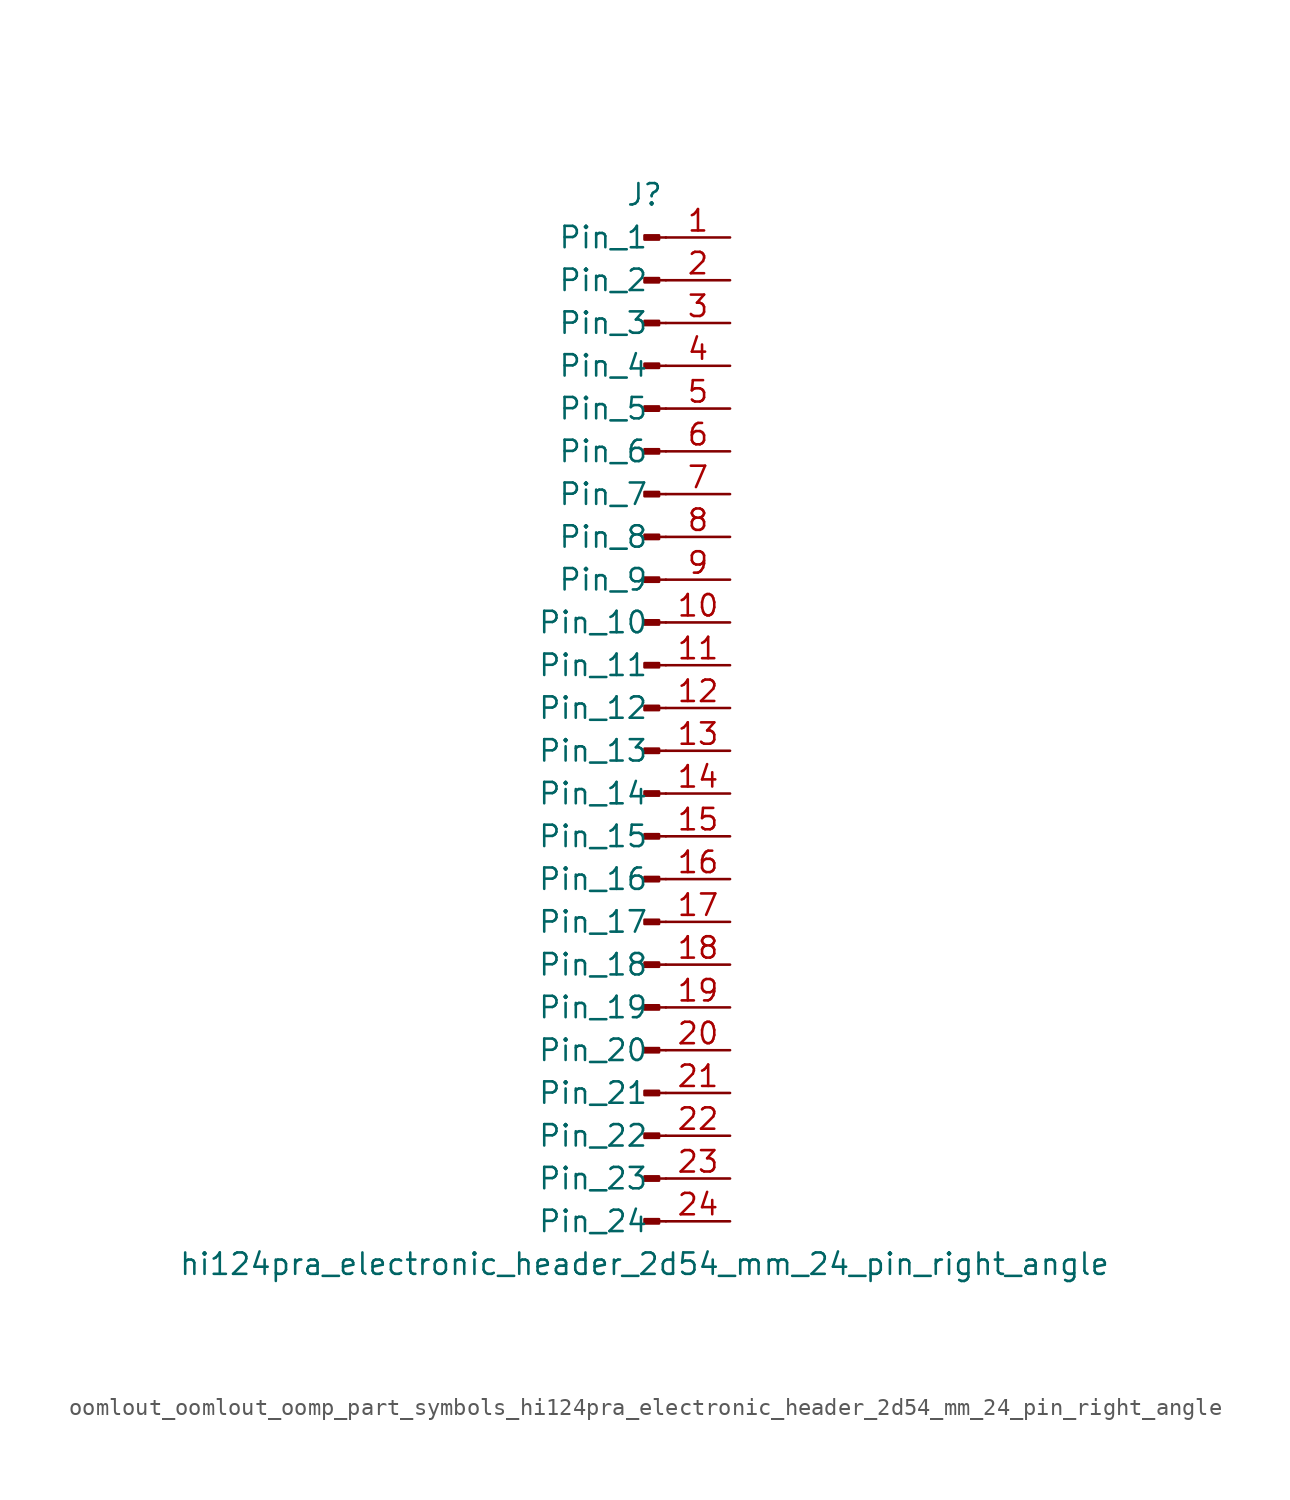
<source format=kicad_sym>
(kicad_symbol_lib
  (version 20220914)
  (generator kicad_symbol_editor)
  (symbol "oomlout_oomlout_oomp_part_symbols_hi124pra_electronic_header_2d54_mm_24_pin_right_angle"
    (pin_names
      (offset 1.016))
    (property "Reference" "J"
      (at 0 30.48 0)
      (effects (font (size 1.27 1.27))))
    (property "Value" "hi124pra_electronic_header_2d54_mm_24_pin_right_angle"
      (at 0 -33.02 0)
      (effects (font (size 1.27 1.27))))
    (property "ki_locked" ""
      (at 0 0 0)
      (effects (font (size 1.27 1.27))))
    (symbol "oomlout_oomlout_oomp_part_symbols_hi124pra_electronic_header_2d54_mm_24_pin_right_angle_1_1"
      (polyline (pts (xy 1.27 -30.48) (xy 0.864 -30.48)) (stroke (width 0.152) (type default)) (fill (type none)))
      (polyline (pts (xy 1.27 -27.94) (xy 0.864 -27.94)) (stroke (width 0.152) (type default)) (fill (type none)))
      (polyline (pts (xy 1.27 -25.4) (xy 0.864 -25.4)) (stroke (width 0.152) (type default)) (fill (type none)))
      (polyline (pts (xy 1.27 -22.86) (xy 0.864 -22.86)) (stroke (width 0.152) (type default)) (fill (type none)))
      (polyline (pts (xy 1.27 -20.32) (xy 0.864 -20.32)) (stroke (width 0.152) (type default)) (fill (type none)))
      (polyline (pts (xy 1.27 -17.78) (xy 0.864 -17.78)) (stroke (width 0.152) (type default)) (fill (type none)))
      (polyline (pts (xy 1.27 -15.24) (xy 0.864 -15.24)) (stroke (width 0.152) (type default)) (fill (type none)))
      (polyline (pts (xy 1.27 -12.7) (xy 0.864 -12.7)) (stroke (width 0.152) (type default)) (fill (type none)))
      (polyline (pts (xy 1.27 -10.16) (xy 0.864 -10.16)) (stroke (width 0.152) (type default)) (fill (type none)))
      (polyline (pts (xy 1.27 -7.62) (xy 0.864 -7.62)) (stroke (width 0.152) (type default)) (fill (type none)))
      (polyline (pts (xy 1.27 -5.08) (xy 0.864 -5.08)) (stroke (width 0.152) (type default)) (fill (type none)))
      (polyline (pts (xy 1.27 -2.54) (xy 0.864 -2.54)) (stroke (width 0.152) (type default)) (fill (type none)))
      (polyline (pts (xy 1.27 0) (xy 0.864 0)) (stroke (width 0.152) (type default)) (fill (type none)))
      (polyline (pts (xy 1.27 2.54) (xy 0.864 2.54)) (stroke (width 0.152) (type default)) (fill (type none)))
      (polyline (pts (xy 1.27 5.08) (xy 0.864 5.08)) (stroke (width 0.152) (type default)) (fill (type none)))
      (polyline (pts (xy 1.27 7.62) (xy 0.864 7.62)) (stroke (width 0.152) (type default)) (fill (type none)))
      (polyline (pts (xy 1.27 10.16) (xy 0.864 10.16)) (stroke (width 0.152) (type default)) (fill (type none)))
      (polyline (pts (xy 1.27 12.7) (xy 0.864 12.7)) (stroke (width 0.152) (type default)) (fill (type none)))
      (polyline (pts (xy 1.27 15.24) (xy 0.864 15.24)) (stroke (width 0.152) (type default)) (fill (type none)))
      (polyline (pts (xy 1.27 17.78) (xy 0.864 17.78)) (stroke (width 0.152) (type default)) (fill (type none)))
      (polyline (pts (xy 1.27 20.32) (xy 0.864 20.32)) (stroke (width 0.152) (type default)) (fill (type none)))
      (polyline (pts (xy 1.27 22.86) (xy 0.864 22.86)) (stroke (width 0.152) (type default)) (fill (type none)))
      (polyline (pts (xy 1.27 25.4) (xy 0.864 25.4)) (stroke (width 0.152) (type default)) (fill (type none)))
      (polyline (pts (xy 1.27 27.94) (xy 0.864 27.94)) (stroke (width 0.152) (type default)) (fill (type none)))
      (rectangle (start 0.864 -30.353) (end 0 -30.607) (stroke (width 0.152) (type default)) (fill (type outline)))
      (rectangle (start 0.864 -27.813) (end 0 -28.067) (stroke (width 0.152) (type default)) (fill (type outline)))
      (rectangle (start 0.864 -25.273) (end 0 -25.527) (stroke (width 0.152) (type default)) (fill (type outline)))
      (rectangle (start 0.864 -22.733) (end 0 -22.987) (stroke (width 0.152) (type default)) (fill (type outline)))
      (rectangle (start 0.864 -20.193) (end 0 -20.447) (stroke (width 0.152) (type default)) (fill (type outline)))
      (rectangle (start 0.864 -17.653) (end 0 -17.907) (stroke (width 0.152) (type default)) (fill (type outline)))
      (rectangle (start 0.864 -15.113) (end 0 -15.367) (stroke (width 0.152) (type default)) (fill (type outline)))
      (rectangle (start 0.864 -12.573) (end 0 -12.827) (stroke (width 0.152) (type default)) (fill (type outline)))
      (rectangle (start 0.864 -10.033) (end 0 -10.287) (stroke (width 0.152) (type default)) (fill (type outline)))
      (rectangle (start 0.864 -7.493) (end 0 -7.747) (stroke (width 0.152) (type default)) (fill (type outline)))
      (rectangle (start 0.864 -4.953) (end 0 -5.207) (stroke (width 0.152) (type default)) (fill (type outline)))
      (rectangle (start 0.864 -2.413) (end 0 -2.667) (stroke (width 0.152) (type default)) (fill (type outline)))
      (rectangle (start 0.864 0.127) (end 0 -0.127) (stroke (width 0.152) (type default)) (fill (type outline)))
      (rectangle (start 0.864 2.667) (end 0 2.413) (stroke (width 0.152) (type default)) (fill (type outline)))
      (rectangle (start 0.864 5.207) (end 0 4.953) (stroke (width 0.152) (type default)) (fill (type outline)))
      (rectangle (start 0.864 7.747) (end 0 7.493) (stroke (width 0.152) (type default)) (fill (type outline)))
      (rectangle (start 0.864 10.287) (end 0 10.033) (stroke (width 0.152) (type default)) (fill (type outline)))
      (rectangle (start 0.864 12.827) (end 0 12.573) (stroke (width 0.152) (type default)) (fill (type outline)))
      (rectangle (start 0.864 15.367) (end 0 15.113) (stroke (width 0.152) (type default)) (fill (type outline)))
      (rectangle (start 0.864 17.907) (end 0 17.653) (stroke (width 0.152) (type default)) (fill (type outline)))
      (rectangle (start 0.864 20.447) (end 0 20.193) (stroke (width 0.152) (type default)) (fill (type outline)))
      (rectangle (start 0.864 22.987) (end 0 22.733) (stroke (width 0.152) (type default)) (fill (type outline)))
      (rectangle (start 0.864 25.527) (end 0 25.273) (stroke (width 0.152) (type default)) (fill (type outline)))
      (rectangle (start 0.864 28.067) (end 0 27.813) (stroke (width 0.152) (type default)) (fill (type outline)))
      (pin passive line (at 5.08 27.94 180) (length 3.81) (name "Pin_1" (effects (font (size 1.27 1.27)))) (number "1" (effects (font (size 1.27 1.27)))))
      (pin passive line (at 5.08 5.08 180) (length 3.81) (name "Pin_10" (effects (font (size 1.27 1.27)))) (number "10" (effects (font (size 1.27 1.27)))))
      (pin passive line (at 5.08 2.54 180) (length 3.81) (name "Pin_11" (effects (font (size 1.27 1.27)))) (number "11" (effects (font (size 1.27 1.27)))))
      (pin passive line (at 5.08 0 180) (length 3.81) (name "Pin_12" (effects (font (size 1.27 1.27)))) (number "12" (effects (font (size 1.27 1.27)))))
      (pin passive line (at 5.08 -2.54 180) (length 3.81) (name "Pin_13" (effects (font (size 1.27 1.27)))) (number "13" (effects (font (size 1.27 1.27)))))
      (pin passive line (at 5.08 -5.08 180) (length 3.81) (name "Pin_14" (effects (font (size 1.27 1.27)))) (number "14" (effects (font (size 1.27 1.27)))))
      (pin passive line (at 5.08 -7.62 180) (length 3.81) (name "Pin_15" (effects (font (size 1.27 1.27)))) (number "15" (effects (font (size 1.27 1.27)))))
      (pin passive line (at 5.08 -10.16 180) (length 3.81) (name "Pin_16" (effects (font (size 1.27 1.27)))) (number "16" (effects (font (size 1.27 1.27)))))
      (pin passive line (at 5.08 -12.7 180) (length 3.81) (name "Pin_17" (effects (font (size 1.27 1.27)))) (number "17" (effects (font (size 1.27 1.27)))))
      (pin passive line (at 5.08 -15.24 180) (length 3.81) (name "Pin_18" (effects (font (size 1.27 1.27)))) (number "18" (effects (font (size 1.27 1.27)))))
      (pin passive line (at 5.08 -17.78 180) (length 3.81) (name "Pin_19" (effects (font (size 1.27 1.27)))) (number "19" (effects (font (size 1.27 1.27)))))
      (pin passive line (at 5.08 25.4 180) (length 3.81) (name "Pin_2" (effects (font (size 1.27 1.27)))) (number "2" (effects (font (size 1.27 1.27)))))
      (pin passive line (at 5.08 -20.32 180) (length 3.81) (name "Pin_20" (effects (font (size 1.27 1.27)))) (number "20" (effects (font (size 1.27 1.27)))))
      (pin passive line (at 5.08 -22.86 180) (length 3.81) (name "Pin_21" (effects (font (size 1.27 1.27)))) (number "21" (effects (font (size 1.27 1.27)))))
      (pin passive line (at 5.08 -25.4 180) (length 3.81) (name "Pin_22" (effects (font (size 1.27 1.27)))) (number "22" (effects (font (size 1.27 1.27)))))
      (pin passive line (at 5.08 -27.94 180) (length 3.81) (name "Pin_23" (effects (font (size 1.27 1.27)))) (number "23" (effects (font (size 1.27 1.27)))))
      (pin passive line (at 5.08 -30.48 180) (length 3.81) (name "Pin_24" (effects (font (size 1.27 1.27)))) (number "24" (effects (font (size 1.27 1.27)))))
      (pin passive line (at 5.08 22.86 180) (length 3.81) (name "Pin_3" (effects (font (size 1.27 1.27)))) (number "3" (effects (font (size 1.27 1.27)))))
      (pin passive line (at 5.08 20.32 180) (length 3.81) (name "Pin_4" (effects (font (size 1.27 1.27)))) (number "4" (effects (font (size 1.27 1.27)))))
      (pin passive line (at 5.08 17.78 180) (length 3.81) (name "Pin_5" (effects (font (size 1.27 1.27)))) (number "5" (effects (font (size 1.27 1.27)))))
      (pin passive line (at 5.08 15.24 180) (length 3.81) (name "Pin_6" (effects (font (size 1.27 1.27)))) (number "6" (effects (font (size 1.27 1.27)))))
      (pin passive line (at 5.08 12.7 180) (length 3.81) (name "Pin_7" (effects (font (size 1.27 1.27)))) (number "7" (effects (font (size 1.27 1.27)))))
      (pin passive line (at 5.08 10.16 180) (length 3.81) (name "Pin_8" (effects (font (size 1.27 1.27)))) (number "8" (effects (font (size 1.27 1.27)))))
      (pin passive line (at 5.08 7.62 180) (length 3.81) (name "Pin_9" (effects (font (size 1.27 1.27)))) (number "9" (effects (font (size 1.27 1.27))))))))
</source>
